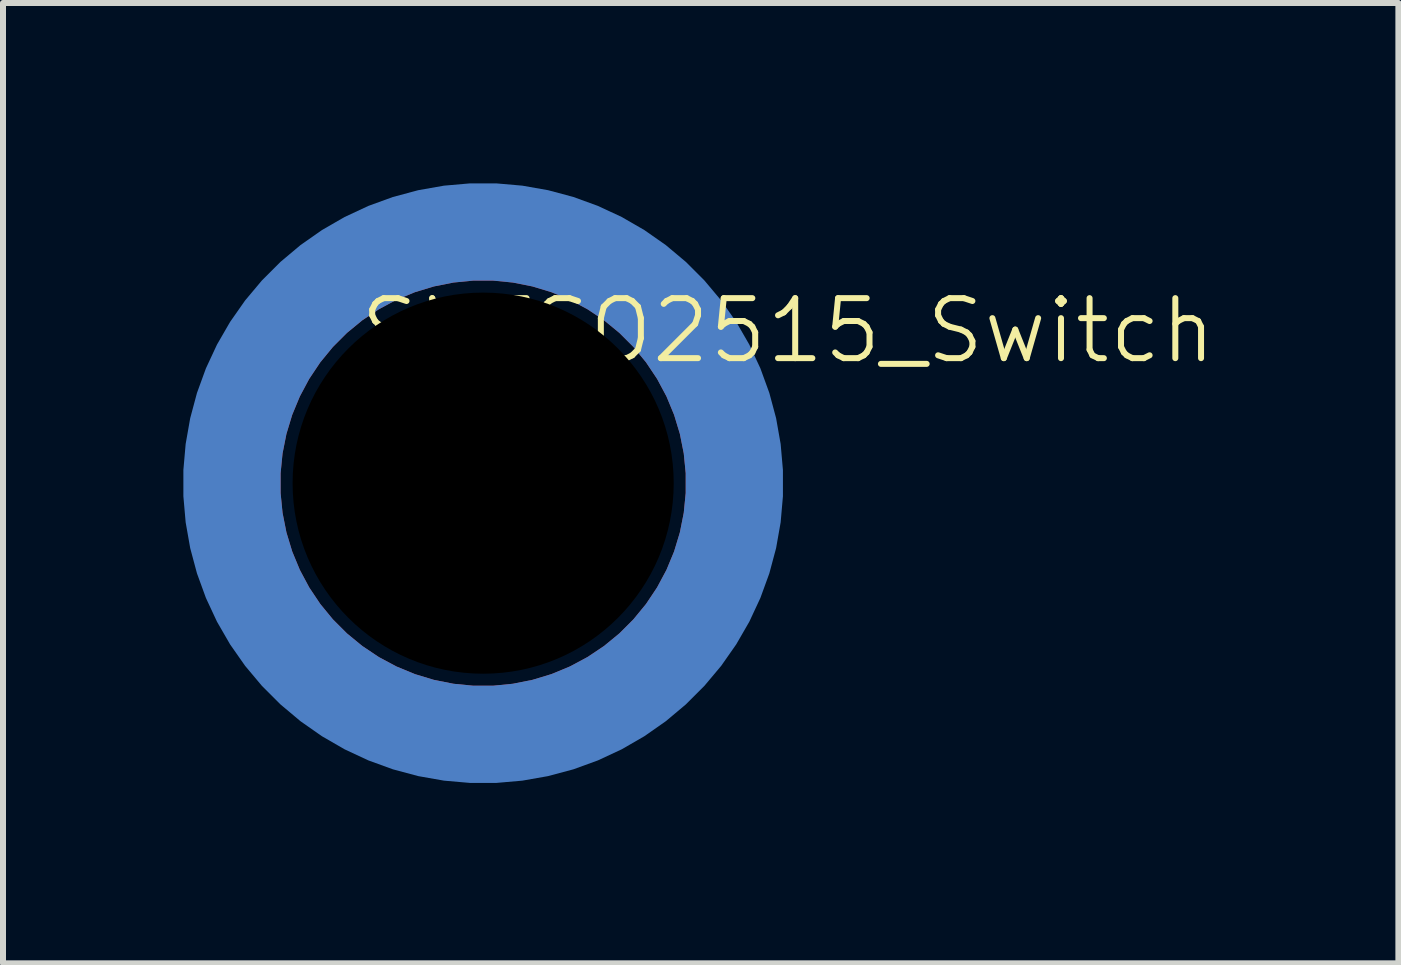
<source format=kicad_pcb>
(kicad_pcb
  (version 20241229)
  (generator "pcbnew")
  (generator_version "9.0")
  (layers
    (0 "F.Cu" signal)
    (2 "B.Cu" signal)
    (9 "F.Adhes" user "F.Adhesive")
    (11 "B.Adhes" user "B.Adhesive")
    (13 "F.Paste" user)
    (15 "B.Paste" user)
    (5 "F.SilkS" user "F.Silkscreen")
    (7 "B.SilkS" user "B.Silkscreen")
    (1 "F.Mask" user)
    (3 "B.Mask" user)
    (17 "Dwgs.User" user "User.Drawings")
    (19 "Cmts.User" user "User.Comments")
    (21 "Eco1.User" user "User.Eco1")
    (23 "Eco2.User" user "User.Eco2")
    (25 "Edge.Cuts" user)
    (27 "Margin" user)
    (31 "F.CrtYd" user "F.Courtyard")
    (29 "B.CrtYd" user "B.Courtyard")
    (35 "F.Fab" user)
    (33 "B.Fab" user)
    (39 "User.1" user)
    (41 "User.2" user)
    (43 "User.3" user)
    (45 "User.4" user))
  (footprint "SMTSO2515_Switch"
    (layer "F.Cu")
    (at 5 5)
    (property "Reference" "SMTSO2515_Switch" (at 5.08 -2.54 0) (unlocked yes) (layer "F.SilkS") (effects (font (size 1 1) (thickness 0.1))))
    (attr smd)
    (fp_circle (center 0 0) (end 3.375 0) (stroke (width 0) (type solid)) (fill yes) (layer "B.Mask"))
    (fp_arc (start -3.467452 1.987498) (mid -4 0) (end -3.467452 -1.987498) (stroke (width 1.2) (type default)) (layer "F.Paste"))
    (fp_arc (start -1.987502 -3.467451) (mid -0.000001 -4) (end 1.9875 -3.467451) (stroke (width 1.2) (type default)) (layer "F.Paste"))
    (fp_arc (start 1.988127 3.46854) (mid -0.000001 4.001257) (end -1.988129 3.46854) (stroke (width 1.2) (type default)) (layer "F.Paste"))
    (fp_arc (start 3.467452 -1.987498) (mid 4 0) (end 3.467452 1.987498) (stroke (width 1.2) (type default)) (layer "F.Paste"))
    (pad "" np_thru_hole circle (at 0 0) (size 9.37 9.37) (drill 6.35) (layers "F.Mask"))
    (pad "1" smd custom (at -3.675 0) (size 0.1 0.1) (layers "F.Cu" "F.Mask") (options (anchor rect)) (primitives (gr_circle (center 3.675 0) (end 7.705 0) (width 1.31) (fill no))))
    (pad "2" smd custom (at -3.875 0) (size 0.1 0.1) (layers "B.Cu" "B.Mask") (options (anchor rect)) (primitives (gr_circle (center 3.875 0) (end 8.062 0) (width 1.625) (fill no)))))
  (gr_rect
    (start -3 -3)
    (end 20.249 13)
    (stroke (width 0.1) (type default))
    (fill no)
    (layer "Edge.Cuts")))
</source>
